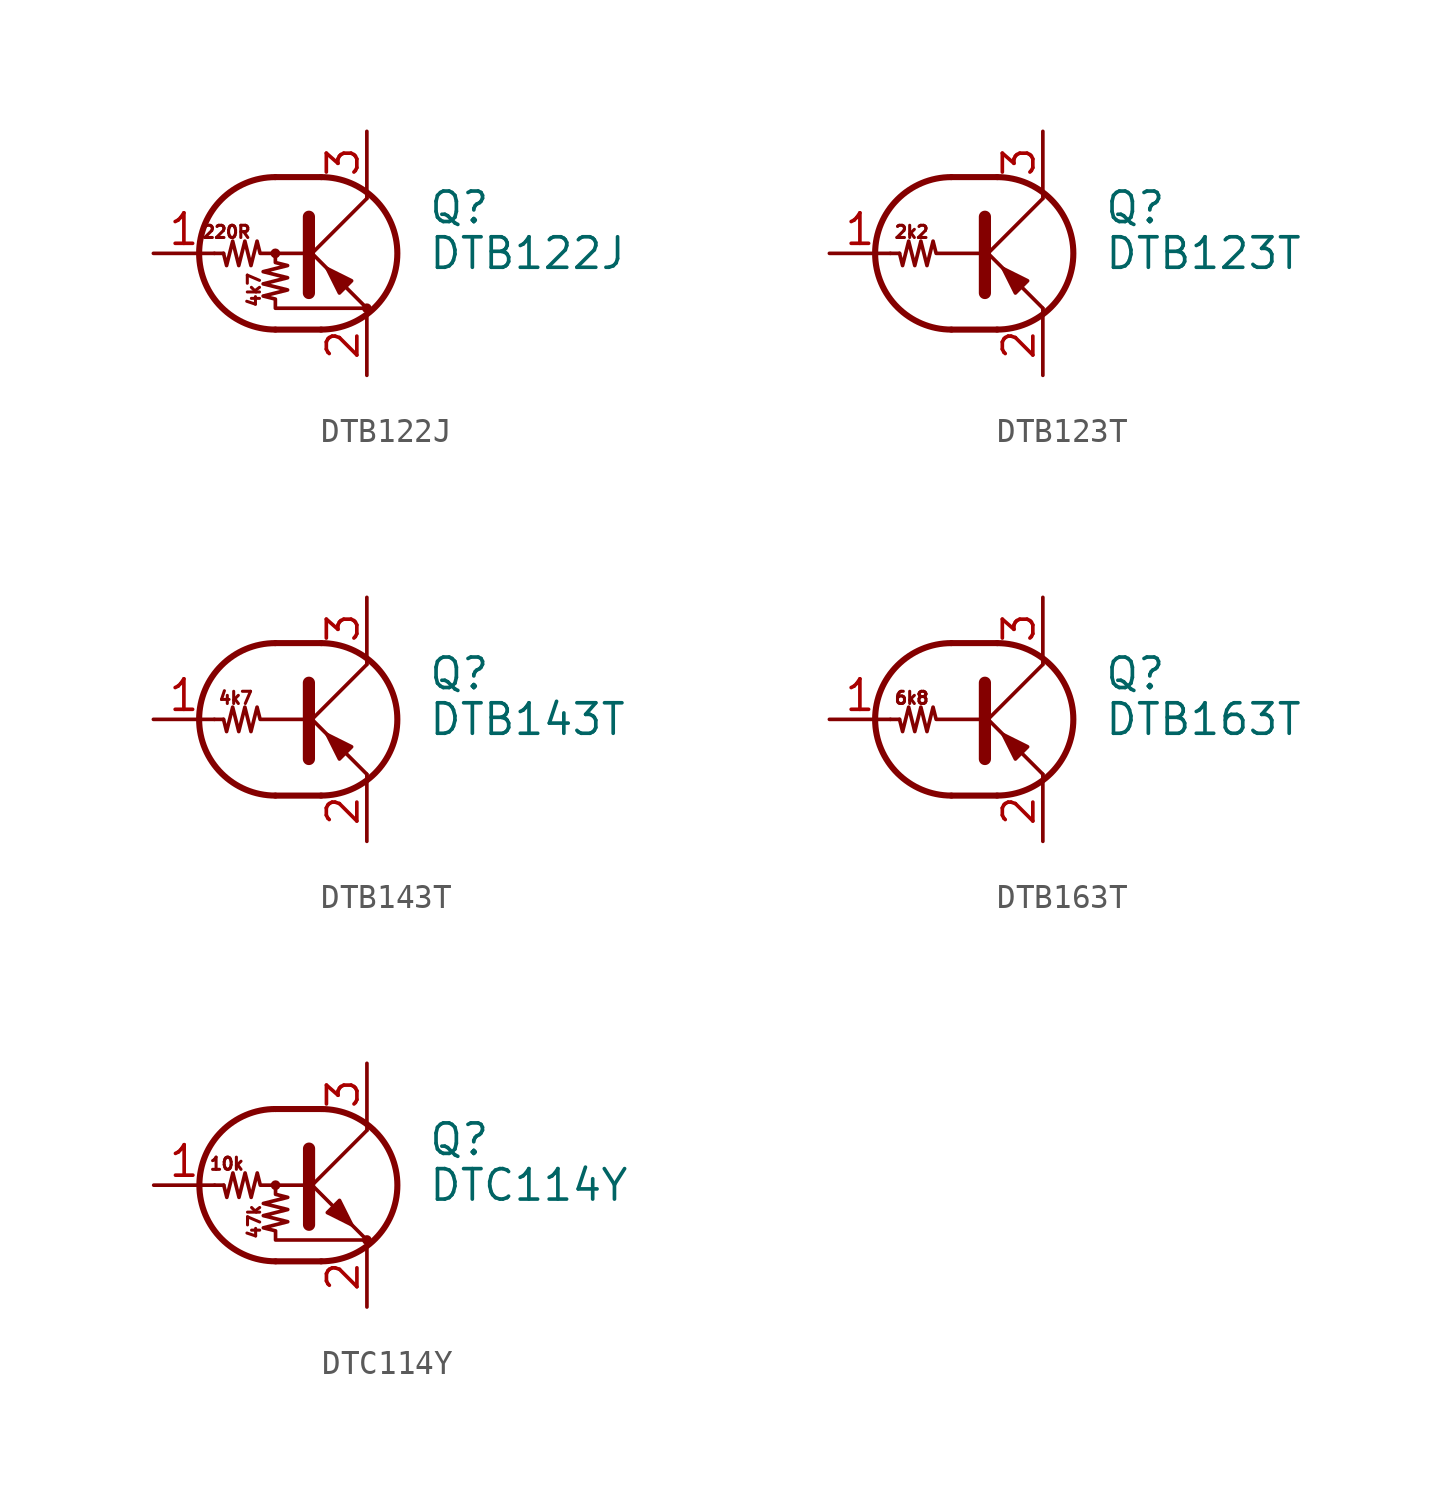
<source format=kicad_sym>
(kicad_symbol_lib
  (version 20211014)
  (generator kicad_symbol_editor)
  (symbol "DTB122J"
    (pin_names
      (offset 0) hide)
    (property "Reference" "Q"
      (at 5.08 1.905 0)
      (effects (font (size 1.27 1.27)) (justify left)))
    (property "Value" "DTB122J"
      (at 5.08 0 0)
      (effects (font (size 1.27 1.27)) (justify left)))
    (symbol "DTB122J_0_0"
      (text "220R" (at -3.302 0.889 0) (effects (font (size 0.508 0.508))))
      (text "4k7" (at -2.159 -1.524 900) (effects (font (size 0.508 0.508)))))
    (symbol "DTB122J_0_1"
      (circle (center -1.27 0) (radius 0.127) (stroke (width 0) (type default) (color 0 0 0 0)) (fill (type none)))
      (arc (start -1.27 3.175) (mid -4.445 0) (end -1.27 -3.175) (stroke (width 0.254) (type default) (color 0 0 0 0)) (fill (type none)))
      (polyline (pts (xy -3.429 0) (xy -3.81 0)) (stroke (width 0) (type default) (color 0 0 0 0)) (fill (type none)))
      (polyline (pts (xy -1.27 -3.175) (xy 0.635 -3.175)) (stroke (width 0.254) (type default) (color 0 0 0 0)) (fill (type none)))
      (polyline (pts (xy -1.27 3.175) (xy 0.635 3.175)) (stroke (width 0.254) (type default) (color 0 0 0 0)) (fill (type none)))
      (polyline (pts (xy 0 -0.254) (xy 2.54 2.286)) (stroke (width 0) (type default) (color 0 0 0 0)) (fill (type none)))
      (polyline (pts (xy 0.127 1.524) (xy 0.127 -1.651)) (stroke (width 0.508) (type default) (color 0 0 0 0)) (fill (type outline)))
      (polyline (pts (xy 2.54 2.286) (xy 2.54 2.54)) (stroke (width 0) (type default) (color 0 0 0 0)) (fill (type none)))
      (polyline (pts (xy 2.54 -2.286) (xy 0 0.254) (xy 0 0.254)) (stroke (width 0) (type default) (color 0 0 0 0)) (fill (type none)))
      (polyline (pts (xy 1.397 -1.651) (xy 1.905 -1.143) (xy 0.889 -0.635) (xy 1.397 -1.651)) (stroke (width 0) (type default) (color 0 0 0 0)) (fill (type outline)))
      (polyline (pts (xy 0 0) (xy -1.905 0) (xy -2.032 0.508) (xy -2.286 -0.508) (xy -2.54 0.508) (xy -2.794 -0.508) (xy -3.048 0.508) (xy -3.302 -0.508) (xy -3.429 0)) (stroke (width 0) (type default) (color 0 0 0 0)) (fill (type none)))
      (polyline (pts (xy -1.27 0) (xy -1.27 -0.381) (xy -0.762 -0.508) (xy -1.778 -0.762) (xy -0.762 -1.016) (xy -1.778 -1.27) (xy -0.762 -1.524) (xy -1.778 -1.778) (xy -1.27 -1.905) (xy -1.27 -2.286) (xy 2.54 -2.286)) (stroke (width 0) (type default) (color 0 0 0 0)) (fill (type none)))
      (arc (start 0.635 -3.175) (mid 3.81 0) (end 0.635 3.175) (stroke (width 0.254) (type default) (color 0 0 0 0)) (fill (type none)))
      (circle (center 2.54 -2.286) (radius 0.127) (stroke (width 0) (type default) (color 0 0 0 0)) (fill (type none))))
    (symbol "DTB122J_1_1"
      (pin input line (at -6.35 0 0) (length 2.54) (name "B" (effects (font (size 1.27 1.27)))) (number "1" (effects (font (size 1.27 1.27)))))
      (pin passive line (at 2.54 -5.08 90) (length 2.54) (name "E" (effects (font (size 1.27 1.27)))) (number "2" (effects (font (size 1.27 1.27)))))
      (pin passive line (at 2.54 5.08 270) (length 2.54) (name "C" (effects (font (size 1.27 1.27)))) (number "3" (effects (font (size 1.27 1.27)))))))
  (symbol "DTB123T"
    (pin_names
      (offset 0) hide)
    (property "Reference" "Q"
      (at 5.08 1.905 0)
      (effects (font (size 1.27 1.27)) (justify left)))
    (property "Value" "DTB123T"
      (at 5.08 0 0)
      (effects (font (size 1.27 1.27)) (justify left)))
    (symbol "DTB123T_0_0"
      (polyline (pts (xy 2.54 -2.286) (xy 2.54 -2.54)) (stroke (width 0) (type default) (color 0 0 0 0)) (fill (type none)))
      (text "2k2" (at -2.921 0.889 0) (effects (font (size 0.508 0.508)))))
    (symbol "DTB123T_0_1"
      (arc (start -1.27 3.175) (mid -4.445 0) (end -1.27 -3.175) (stroke (width 0.254) (type default) (color 0 0 0 0)) (fill (type none)))
      (polyline (pts (xy -3.429 0) (xy -3.81 0)) (stroke (width 0) (type default) (color 0 0 0 0)) (fill (type none)))
      (polyline (pts (xy -1.27 -3.175) (xy 0.635 -3.175)) (stroke (width 0.254) (type default) (color 0 0 0 0)) (fill (type none)))
      (polyline (pts (xy -1.27 3.175) (xy 0.635 3.175)) (stroke (width 0.254) (type default) (color 0 0 0 0)) (fill (type none)))
      (polyline (pts (xy 0 -0.254) (xy 2.54 2.286)) (stroke (width 0) (type default) (color 0 0 0 0)) (fill (type none)))
      (polyline (pts (xy 0.127 1.524) (xy 0.127 -1.651)) (stroke (width 0.508) (type default) (color 0 0 0 0)) (fill (type outline)))
      (polyline (pts (xy 2.54 2.286) (xy 2.54 2.54)) (stroke (width 0) (type default) (color 0 0 0 0)) (fill (type none)))
      (polyline (pts (xy 2.54 -2.286) (xy 0 0.254) (xy 0 0.254)) (stroke (width 0) (type default) (color 0 0 0 0)) (fill (type none)))
      (polyline (pts (xy 1.397 -1.651) (xy 1.905 -1.143) (xy 0.889 -0.635) (xy 1.397 -1.651)) (stroke (width 0) (type default) (color 0 0 0 0)) (fill (type outline)))
      (polyline (pts (xy 0 0) (xy -1.905 0) (xy -2.032 0.508) (xy -2.286 -0.508) (xy -2.54 0.508) (xy -2.794 -0.508) (xy -3.048 0.508) (xy -3.302 -0.508) (xy -3.429 0)) (stroke (width 0) (type default) (color 0 0 0 0)) (fill (type none)))
      (arc (start 0.635 -3.175) (mid 3.81 0) (end 0.635 3.175) (stroke (width 0.254) (type default) (color 0 0 0 0)) (fill (type none))))
    (symbol "DTB123T_1_1"
      (pin input line (at -6.35 0 0) (length 2.54) (name "B" (effects (font (size 1.27 1.27)))) (number "1" (effects (font (size 1.27 1.27)))))
      (pin passive line (at 2.54 -5.08 90) (length 2.54) (name "E" (effects (font (size 1.27 1.27)))) (number "2" (effects (font (size 1.27 1.27)))))
      (pin passive line (at 2.54 5.08 270) (length 2.54) (name "C" (effects (font (size 1.27 1.27)))) (number "3" (effects (font (size 1.27 1.27)))))))
  (symbol "DTB143T"
    (pin_names
      (offset 0) hide)
    (property "Reference" "Q"
      (at 5.08 1.905 0)
      (effects (font (size 1.27 1.27)) (justify left)))
    (property "Value" "DTB143T"
      (at 5.08 0 0)
      (effects (font (size 1.27 1.27)) (justify left)))
    (symbol "DTB143T_0_0"
      (polyline (pts (xy 2.54 -2.286) (xy 2.54 -2.54)) (stroke (width 0) (type default) (color 0 0 0 0)) (fill (type none)))
      (text "4k7" (at -2.921 0.889 0) (effects (font (size 0.508 0.508)))))
    (symbol "DTB143T_0_1"
      (arc (start -1.27 3.175) (mid -4.445 0) (end -1.27 -3.175) (stroke (width 0.254) (type default) (color 0 0 0 0)) (fill (type none)))
      (polyline (pts (xy -3.429 0) (xy -3.81 0)) (stroke (width 0) (type default) (color 0 0 0 0)) (fill (type none)))
      (polyline (pts (xy -1.27 -3.175) (xy 0.635 -3.175)) (stroke (width 0.254) (type default) (color 0 0 0 0)) (fill (type none)))
      (polyline (pts (xy -1.27 3.175) (xy 0.635 3.175)) (stroke (width 0.254) (type default) (color 0 0 0 0)) (fill (type none)))
      (polyline (pts (xy 0 -0.254) (xy 2.54 2.286)) (stroke (width 0) (type default) (color 0 0 0 0)) (fill (type none)))
      (polyline (pts (xy 0.127 1.524) (xy 0.127 -1.651)) (stroke (width 0.508) (type default) (color 0 0 0 0)) (fill (type outline)))
      (polyline (pts (xy 2.54 2.286) (xy 2.54 2.54)) (stroke (width 0) (type default) (color 0 0 0 0)) (fill (type none)))
      (polyline (pts (xy 2.54 -2.286) (xy 0 0.254) (xy 0 0.254)) (stroke (width 0) (type default) (color 0 0 0 0)) (fill (type none)))
      (polyline (pts (xy 1.397 -1.651) (xy 1.905 -1.143) (xy 0.889 -0.635) (xy 1.397 -1.651)) (stroke (width 0) (type default) (color 0 0 0 0)) (fill (type outline)))
      (polyline (pts (xy 0 0) (xy -1.905 0) (xy -2.032 0.508) (xy -2.286 -0.508) (xy -2.54 0.508) (xy -2.794 -0.508) (xy -3.048 0.508) (xy -3.302 -0.508) (xy -3.429 0)) (stroke (width 0) (type default) (color 0 0 0 0)) (fill (type none)))
      (arc (start 0.635 -3.175) (mid 3.81 0) (end 0.635 3.175) (stroke (width 0.254) (type default) (color 0 0 0 0)) (fill (type none))))
    (symbol "DTB143T_1_1"
      (pin input line (at -6.35 0 0) (length 2.54) (name "B" (effects (font (size 1.27 1.27)))) (number "1" (effects (font (size 1.27 1.27)))))
      (pin passive line (at 2.54 -5.08 90) (length 2.54) (name "E" (effects (font (size 1.27 1.27)))) (number "2" (effects (font (size 1.27 1.27)))))
      (pin passive line (at 2.54 5.08 270) (length 2.54) (name "C" (effects (font (size 1.27 1.27)))) (number "3" (effects (font (size 1.27 1.27)))))))
  (symbol "DTB163T"
    (pin_names
      (offset 0) hide)
    (property "Reference" "Q"
      (at 5.08 1.905 0)
      (effects (font (size 1.27 1.27)) (justify left)))
    (property "Value" "DTB163T"
      (at 5.08 0 0)
      (effects (font (size 1.27 1.27)) (justify left)))
    (symbol "DTB163T_0_0"
      (polyline (pts (xy 2.54 -2.286) (xy 2.54 -2.54)) (stroke (width 0) (type default) (color 0 0 0 0)) (fill (type none)))
      (text "6k8" (at -2.921 0.889 0) (effects (font (size 0.508 0.508)))))
    (symbol "DTB163T_0_1"
      (arc (start -1.27 3.175) (mid -4.445 0) (end -1.27 -3.175) (stroke (width 0.254) (type default) (color 0 0 0 0)) (fill (type none)))
      (polyline (pts (xy -3.429 0) (xy -3.81 0)) (stroke (width 0) (type default) (color 0 0 0 0)) (fill (type none)))
      (polyline (pts (xy -1.27 -3.175) (xy 0.635 -3.175)) (stroke (width 0.254) (type default) (color 0 0 0 0)) (fill (type none)))
      (polyline (pts (xy -1.27 3.175) (xy 0.635 3.175)) (stroke (width 0.254) (type default) (color 0 0 0 0)) (fill (type none)))
      (polyline (pts (xy 0 -0.254) (xy 2.54 2.286)) (stroke (width 0) (type default) (color 0 0 0 0)) (fill (type none)))
      (polyline (pts (xy 0.127 1.524) (xy 0.127 -1.651)) (stroke (width 0.508) (type default) (color 0 0 0 0)) (fill (type outline)))
      (polyline (pts (xy 2.54 2.286) (xy 2.54 2.54)) (stroke (width 0) (type default) (color 0 0 0 0)) (fill (type none)))
      (polyline (pts (xy 2.54 -2.286) (xy 0 0.254) (xy 0 0.254)) (stroke (width 0) (type default) (color 0 0 0 0)) (fill (type none)))
      (polyline (pts (xy 1.397 -1.651) (xy 1.905 -1.143) (xy 0.889 -0.635) (xy 1.397 -1.651)) (stroke (width 0) (type default) (color 0 0 0 0)) (fill (type outline)))
      (polyline (pts (xy 0 0) (xy -1.905 0) (xy -2.032 0.508) (xy -2.286 -0.508) (xy -2.54 0.508) (xy -2.794 -0.508) (xy -3.048 0.508) (xy -3.302 -0.508) (xy -3.429 0)) (stroke (width 0) (type default) (color 0 0 0 0)) (fill (type none)))
      (arc (start 0.635 -3.175) (mid 3.81 0) (end 0.635 3.175) (stroke (width 0.254) (type default) (color 0 0 0 0)) (fill (type none))))
    (symbol "DTB163T_1_1"
      (pin input line (at -6.35 0 0) (length 2.54) (name "B" (effects (font (size 1.27 1.27)))) (number "1" (effects (font (size 1.27 1.27)))))
      (pin passive line (at 2.54 -5.08 90) (length 2.54) (name "E" (effects (font (size 1.27 1.27)))) (number "2" (effects (font (size 1.27 1.27)))))
      (pin passive line (at 2.54 5.08 270) (length 2.54) (name "C" (effects (font (size 1.27 1.27)))) (number "3" (effects (font (size 1.27 1.27)))))))
  (symbol "DTC114Y"
    (pin_names
      (offset 0) hide)
    (property "Reference" "Q"
      (at 5.08 1.905 0)
      (effects (font (size 1.27 1.27)) (justify left)))
    (property "Value" "DTC114Y"
      (at 5.08 0 0)
      (effects (font (size 1.27 1.27)) (justify left)))
    (symbol "DTC114Y_0_0"
      (text "10k" (at -3.302 0.889 0) (effects (font (size 0.508 0.508))))
      (text "47k" (at -2.159 -1.524 900) (effects (font (size 0.508 0.508)))))
    (symbol "DTC114Y_0_1"
      (circle (center -1.27 0) (radius 0.127) (stroke (width 0) (type default) (color 0 0 0 0)) (fill (type none)))
      (arc (start -1.27 3.175) (mid -4.445 0) (end -1.27 -3.175) (stroke (width 0.254) (type default) (color 0 0 0 0)) (fill (type none)))
      (polyline (pts (xy -3.429 0) (xy -3.81 0)) (stroke (width 0) (type default) (color 0 0 0 0)) (fill (type none)))
      (polyline (pts (xy -1.27 -3.175) (xy 0.635 -3.175)) (stroke (width 0.254) (type default) (color 0 0 0 0)) (fill (type none)))
      (polyline (pts (xy -1.27 3.175) (xy 0.635 3.175)) (stroke (width 0.254) (type default) (color 0 0 0 0)) (fill (type none)))
      (polyline (pts (xy 0 -0.254) (xy 2.54 2.286)) (stroke (width 0) (type default) (color 0 0 0 0)) (fill (type none)))
      (polyline (pts (xy 0.127 1.524) (xy 0.127 -1.651)) (stroke (width 0.508) (type default) (color 0 0 0 0)) (fill (type outline)))
      (polyline (pts (xy 2.54 2.286) (xy 2.54 2.54)) (stroke (width 0) (type default) (color 0 0 0 0)) (fill (type none)))
      (polyline (pts (xy 2.54 -2.286) (xy 0 0.254) (xy 0 0.254)) (stroke (width 0) (type default) (color 0 0 0 0)) (fill (type none)))
      (polyline (pts (xy 0.889 -1.143) (xy 1.397 -0.635) (xy 1.905 -1.651) (xy 0.889 -1.143)) (stroke (width 0) (type default) (color 0 0 0 0)) (fill (type outline)))
      (polyline (pts (xy 0 0) (xy -1.905 0) (xy -2.032 0.508) (xy -2.286 -0.508) (xy -2.54 0.508) (xy -2.794 -0.508) (xy -3.048 0.508) (xy -3.302 -0.508) (xy -3.429 0)) (stroke (width 0) (type default) (color 0 0 0 0)) (fill (type none)))
      (polyline (pts (xy -1.27 0) (xy -1.27 -0.381) (xy -0.762 -0.508) (xy -1.778 -0.762) (xy -0.762 -1.016) (xy -1.778 -1.27) (xy -0.762 -1.524) (xy -1.778 -1.778) (xy -1.27 -1.905) (xy -1.27 -2.286) (xy 2.54 -2.286)) (stroke (width 0) (type default) (color 0 0 0 0)) (fill (type none)))
      (arc (start 0.635 -3.175) (mid 3.81 0) (end 0.635 3.175) (stroke (width 0.254) (type default) (color 0 0 0 0)) (fill (type none)))
      (circle (center 2.54 -2.286) (radius 0.127) (stroke (width 0) (type default) (color 0 0 0 0)) (fill (type none))))
    (symbol "DTC114Y_1_1"
      (pin input line (at -6.35 0 0) (length 2.54) (name "B" (effects (font (size 1.27 1.27)))) (number "1" (effects (font (size 1.27 1.27)))))
      (pin passive line (at 2.54 -5.08 90) (length 2.54) (name "E" (effects (font (size 1.27 1.27)))) (number "2" (effects (font (size 1.27 1.27)))))
      (pin passive line (at 2.54 5.08 270) (length 2.54) (name "C" (effects (font (size 1.27 1.27)))) (number "3" (effects (font (size 1.27 1.27))))))))
</source>
